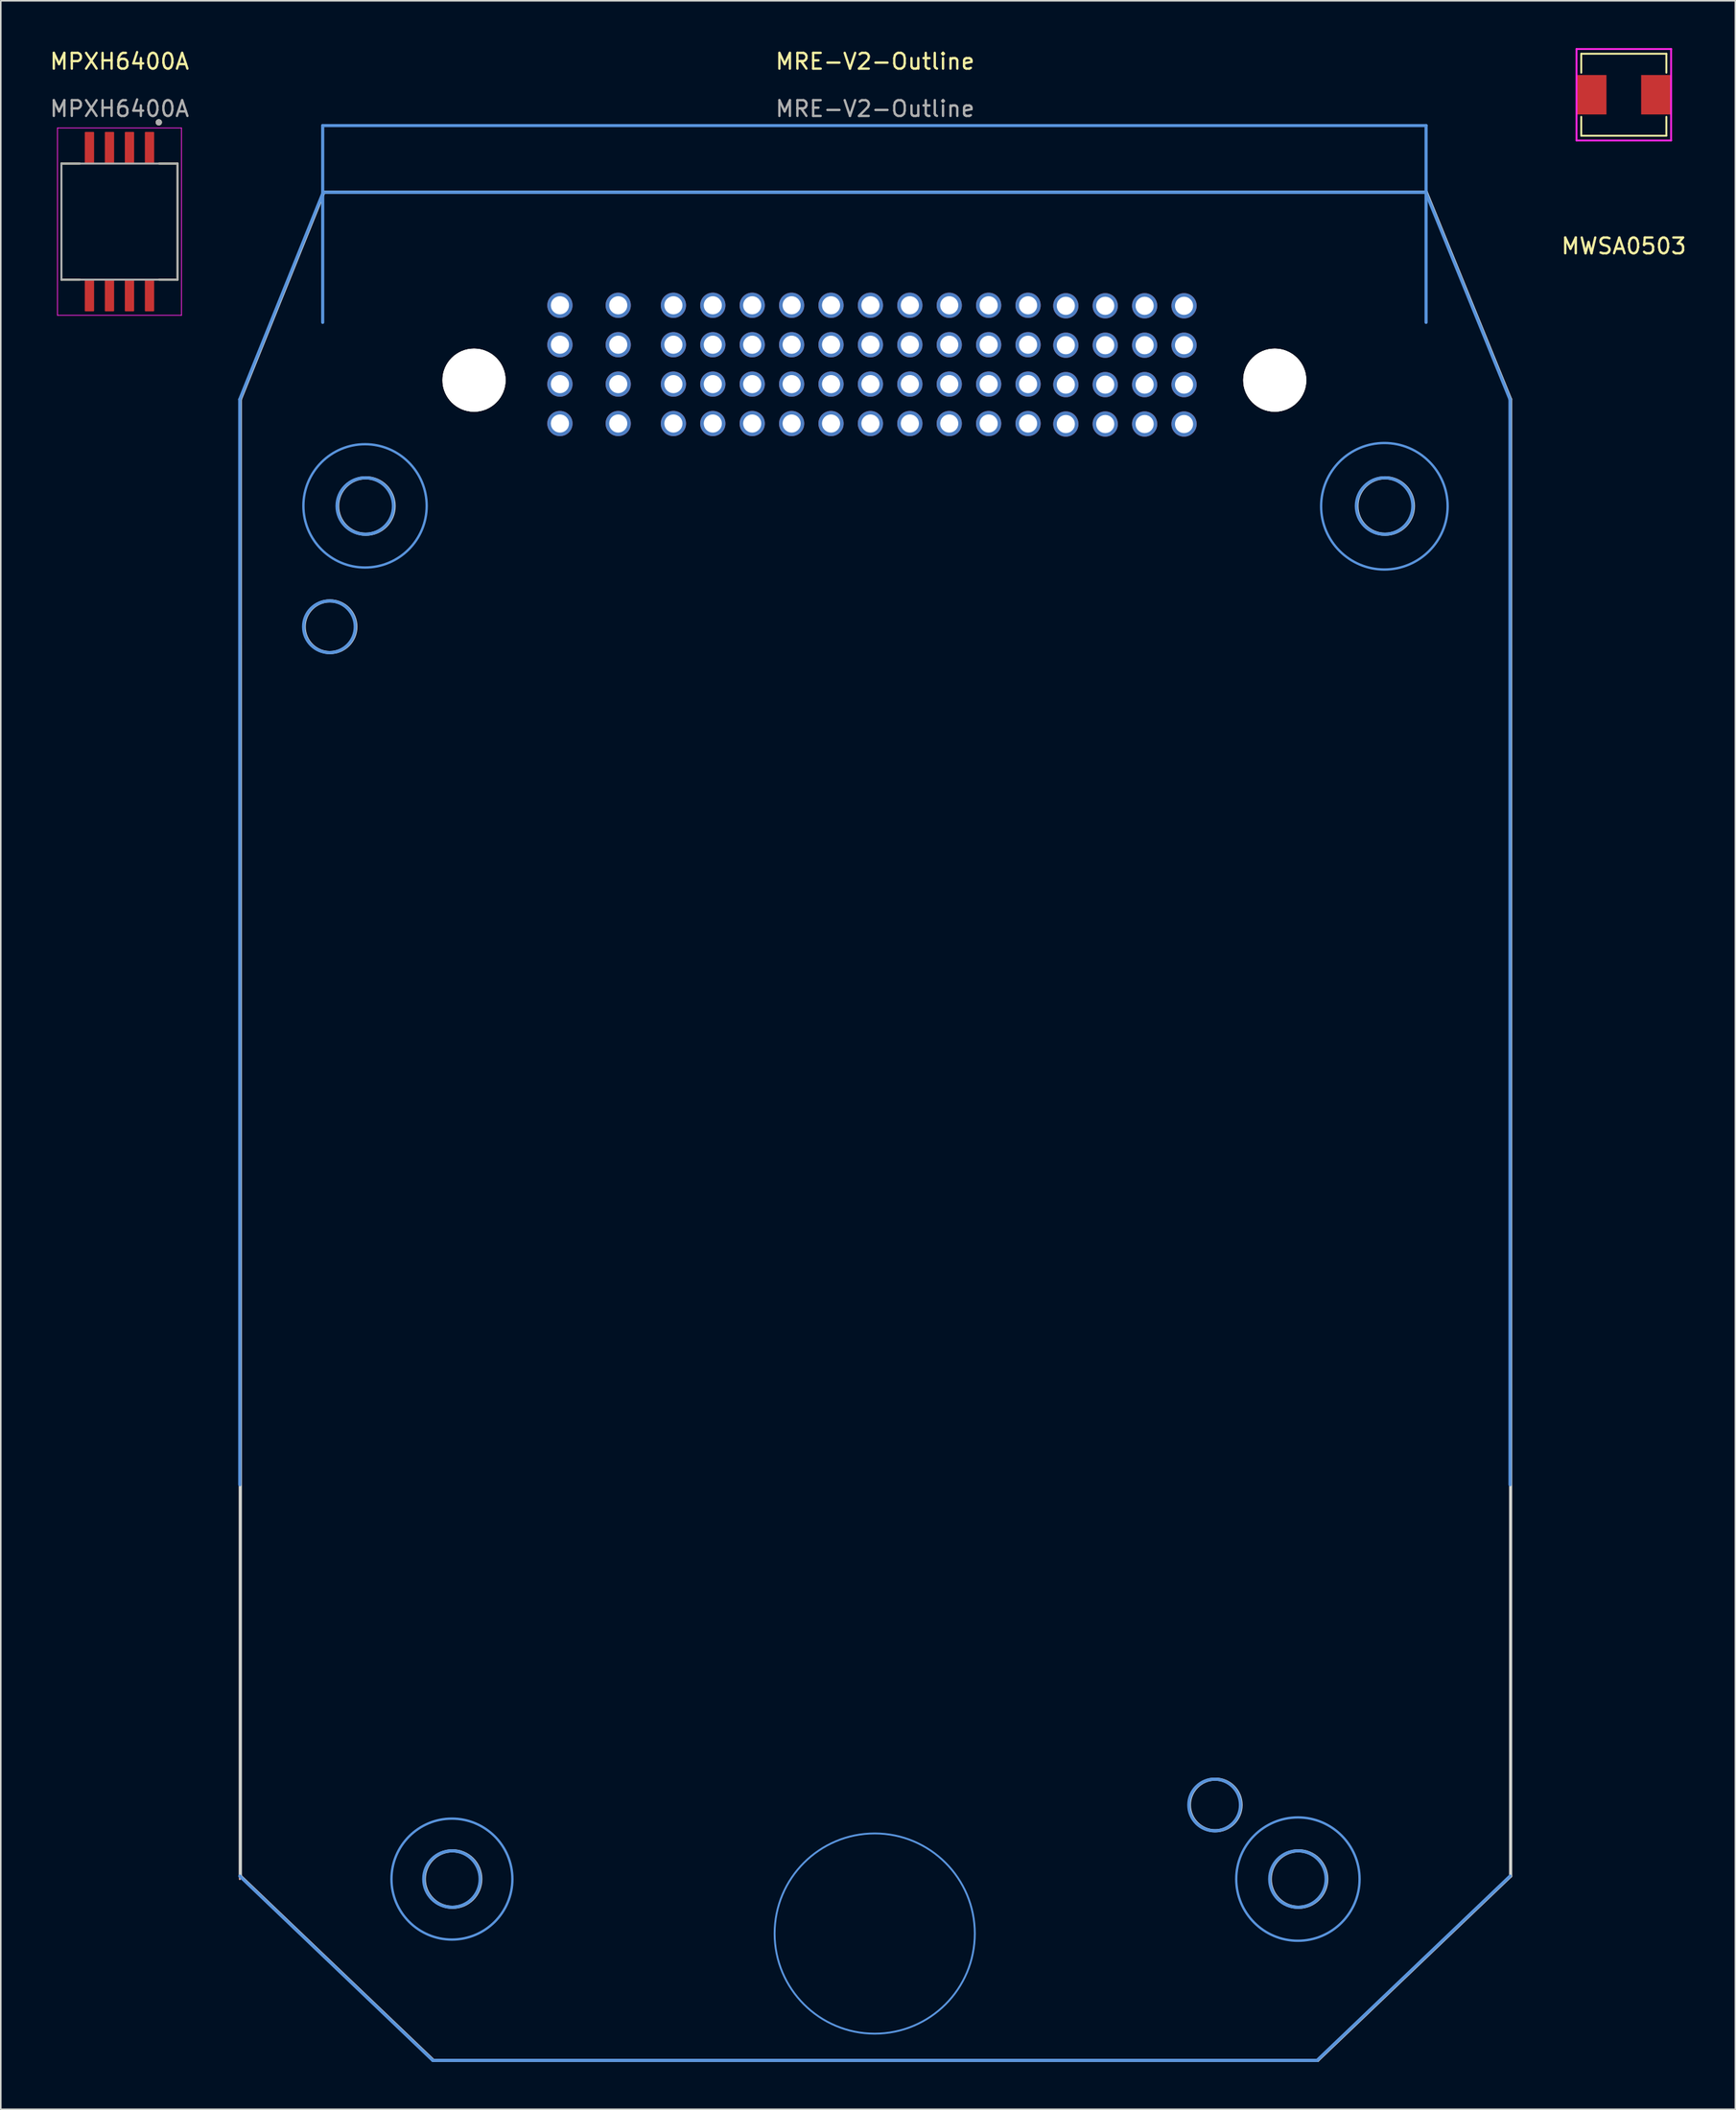
<source format=kicad_pcb>
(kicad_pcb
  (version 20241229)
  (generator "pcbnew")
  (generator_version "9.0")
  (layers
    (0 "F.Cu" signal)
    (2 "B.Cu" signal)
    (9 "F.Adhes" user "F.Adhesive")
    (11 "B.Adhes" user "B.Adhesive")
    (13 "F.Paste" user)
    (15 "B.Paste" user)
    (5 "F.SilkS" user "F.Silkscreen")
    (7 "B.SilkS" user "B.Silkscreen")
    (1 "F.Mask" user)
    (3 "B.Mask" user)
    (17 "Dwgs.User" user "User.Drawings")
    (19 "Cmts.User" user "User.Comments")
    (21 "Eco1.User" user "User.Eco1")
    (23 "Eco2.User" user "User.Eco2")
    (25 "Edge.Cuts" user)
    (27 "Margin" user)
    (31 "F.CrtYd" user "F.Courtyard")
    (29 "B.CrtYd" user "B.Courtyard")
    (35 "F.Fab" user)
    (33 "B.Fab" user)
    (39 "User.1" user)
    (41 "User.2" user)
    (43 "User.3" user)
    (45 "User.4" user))
  (footprint "MRE-V2-Outline"
    (layer "F.Cu")
    (at 52.467 1.348)
    (property "Reference" "MRE-V2-Outline" (at 0 -0.5 0) (unlocked yes) (layer "F.SilkS") (effects (font (size 1 1) (thickness 0.15))))
    (attr smd)
    (fp_line (start -40.3 89.8) (end -40.3 114.8) (stroke (width 0.12) (type solid)) (layer "B.SilkS"))
    (fp_line (start -40.308 20.939) (end -40.306 89.781) (stroke (width 0.2) (type solid)) (layer "Cmts.User"))
    (fp_line (start -40.308 20.939) (end -35.012 7.8) (stroke (width 0.2) (type solid)) (layer "Cmts.User"))
    (fp_line (start -35.045 3.568) (end -35.045 16.051) (stroke (width 0.2) (type solid)) (layer "Cmts.User"))
    (fp_line (start -35.012 7.8) (end 34.934 7.8) (stroke (width 0.2) (type solid)) (layer "Cmts.User"))
    (fp_line (start -28.063 126.3) (end -40.306 114.609) (stroke (width 0.2) (type solid)) (layer "Cmts.User"))
    (fp_line (start -28.063 126.3) (end 28.039 126.3) (stroke (width 0.2) (type solid)) (layer "Cmts.User"))
    (fp_line (start 34.934 7.8) (end 40.28 20.939) (stroke (width 0.2) (type solid)) (layer "Cmts.User"))
    (fp_line (start 34.955 3.568) (end -35.045 3.568) (stroke (width 0.2) (type solid)) (layer "Cmts.User"))
    (fp_line (start 34.955 3.568) (end 34.955 16.051) (stroke (width 0.2) (type solid)) (layer "Cmts.User"))
    (fp_line (start 40.28 20.939) (end 40.282 89.781) (stroke (width 0.2) (type solid)) (layer "Cmts.User"))
    (fp_line (start 40.282 114.609) (end 28.039 126.3) (stroke (width 0.2) (type solid)) (layer "Cmts.User"))
    (fp_circle (center -34.62 35.359) (end -32.981 35.359) (stroke (width 0.2) (type solid)) (fill no) (layer "Cmts.User"))
    (fp_circle (center -32.358 27.691) (end -28.447 27.691) (stroke (width 0.15) (type solid)) (fill no) (layer "Cmts.User"))
    (fp_circle (center -32.346 27.701) (end -30.556 27.701) (stroke (width 0.2) (type solid)) (fill no) (layer "Cmts.User"))
    (fp_circle (center -26.847 114.797) (end -25.057 114.797) (stroke (width 0.2) (type solid)) (fill no) (layer "Cmts.User"))
    (fp_circle (center -26.846 114.799) (end -30.682 114.799) (stroke (width 0.15) (type solid)) (fill no) (layer "Cmts.User"))
    (fp_circle (center -0.024 118.254) (end 6.326 118.254) (stroke (width 0.12) (type solid)) (fill no) (layer "Cmts.User"))
    (fp_circle (center 21.54 110.098) (end 23.178 110.098) (stroke (width 0.2) (type solid)) (fill no) (layer "Cmts.User"))
    (fp_circle (center 26.823 114.797) (end 28.614 114.797) (stroke (width 0.2) (type solid)) (fill no) (layer "Cmts.User"))
    (fp_circle (center 26.824 114.799) (end 22.912 114.799) (stroke (width 0.15) (type solid)) (fill no) (layer "Cmts.User"))
    (fp_circle (center 32.31 27.716) (end 36.323 27.716) (stroke (width 0.15) (type solid)) (fill no) (layer "Cmts.User"))
    (fp_circle (center 32.322 27.701) (end 34.113 27.701) (stroke (width 0.2) (type solid)) (fill no) (layer "Cmts.User"))
    (fp_line (start -40.269 20.939) (end -40.267 114.609) (stroke (width 0.2) (type solid)) (layer "Edge.Cuts"))
    (fp_line (start -40.269 20.939) (end -34.973 7.8) (stroke (width 0.2) (type solid)) (layer "Edge.Cuts"))
    (fp_line (start -34.973 7.8) (end 34.973 7.8) (stroke (width 0.2) (type solid)) (layer "Edge.Cuts"))
    (fp_line (start -28.024 126.3) (end -40.267 114.609) (stroke (width 0.2) (type solid)) (layer "Edge.Cuts"))
    (fp_line (start -28.024 126.3) (end 28.078 126.3) (stroke (width 0.2) (type solid)) (layer "Edge.Cuts"))
    (fp_line (start 34.973 7.8) (end 40.319 20.939) (stroke (width 0.2) (type solid)) (layer "Edge.Cuts"))
    (fp_line (start 40.319 20.939) (end 40.321 114.609) (stroke (width 0.2) (type solid)) (layer "Edge.Cuts"))
    (fp_line (start 40.321 114.609) (end 28.078 126.3) (stroke (width 0.2) (type solid)) (layer "Edge.Cuts"))
    (fp_circle (center -34.581 35.359) (end -32.942 35.359) (stroke (width 0.2) (type solid)) (fill no) (layer "Edge.Cuts"))
    (fp_circle (center -32.307 27.701) (end -30.516 27.701) (stroke (width 0.2) (type solid)) (fill no) (layer "Edge.Cuts"))
    (fp_circle (center -26.808 114.797) (end -25.017 114.797) (stroke (width 0.2) (type solid)) (fill no) (layer "Edge.Cuts"))
    (fp_circle (center 21.579 110.098) (end 23.217 110.098) (stroke (width 0.2) (type solid)) (fill no) (layer "Edge.Cuts"))
    (fp_circle (center 26.862 114.797) (end 28.653 114.797) (stroke (width 0.2) (type solid)) (fill no) (layer "Edge.Cuts"))
    (fp_circle (center 32.361 27.701) (end 34.152 27.701) (stroke (width 0.2) (type solid)) (fill no) (layer "Edge.Cuts"))
    (fp_text user "${REFERENCE}" (at 0 2.5 0) (unlocked yes) (layer "F.Fab") (effects (font (size 1 1) (thickness 0.15))))
    (pad "" thru_hole circle (at -25.445 19.718 270) (size 2.2 2.2) (drill 2.2) (layers "*.Cu" "*.Mask" "F.SilkS"))
    (pad "" thru_hole circle (at -25.445 19.718 270) (size 4 4) (drill 4) (layers "*.Cu" "*.Mask" "F.SilkS"))
    (pad "" thru_hole circle (at 25.355 19.718 270) (size 2.2 2.2) (drill 2.2) (layers "*.Cu" "*.Mask" "F.SilkS"))
    (pad "" thru_hole circle (at 25.355 19.718 270) (size 4 4) (drill 4) (layers "*.Cu" "*.Mask" "F.SilkS"))
    (pad "1" thru_hole circle (at -19.995 14.968 270) (size 1.6 1.6) (drill 1.15) (layers "*.Cu" "*.Mask"))
    (pad "2" thru_hole circle (at -19.995 17.468 270) (size 1.6 1.6) (drill 1.15) (layers "*.Cu" "*.Mask"))
    (pad "3" thru_hole circle (at -19.995 19.968 270) (size 1.6 1.6) (drill 1.15) (layers "*.Cu" "*.Mask"))
    (pad "4" thru_hole circle (at -19.995 22.468 270) (size 1.6 1.6) (drill 1.15) (layers "*.Cu" "*.Mask"))
    (pad "5" thru_hole circle (at -16.295 14.968 270) (size 1.6 1.6) (drill 1.15) (layers "*.Cu" "*.Mask"))
    (pad "6" thru_hole circle (at -16.295 17.468 270) (size 1.6 1.6) (drill 1.15) (layers "*.Cu" "*.Mask"))
    (pad "7" thru_hole circle (at -16.295 19.968 270) (size 1.6 1.6) (drill 1.15) (layers "*.Cu" "*.Mask"))
    (pad "8" thru_hole circle (at -16.295 22.468 270) (size 1.6 1.6) (drill 1.15) (layers "*.Cu" "*.Mask"))
    (pad "9" thru_hole circle (at -12.795 14.968 270) (size 1.6 1.6) (drill 1.15) (layers "*.Cu" "*.Mask"))
    (pad "10" thru_hole circle (at -12.795 17.468 270) (size 1.6 1.6) (drill 1.15) (layers "*.Cu" "*.Mask"))
    (pad "11" thru_hole circle (at -12.795 19.968 270) (size 1.6 1.6) (drill 1.15) (layers "*.Cu" "*.Mask"))
    (pad "12" thru_hole circle (at -12.795 22.468 270) (size 1.6 1.6) (drill 1.15) (layers "*.Cu" "*.Mask"))
    (pad "13" thru_hole circle (at -10.295 14.968 270) (size 1.6 1.6) (drill 1.15) (layers "*.Cu" "*.Mask"))
    (pad "14" thru_hole circle (at -10.295 17.468 270) (size 1.6 1.6) (drill 1.15) (layers "*.Cu" "*.Mask"))
    (pad "15" thru_hole circle (at -10.295 19.968 270) (size 1.6 1.6) (drill 1.15) (layers "*.Cu" "*.Mask"))
    (pad "16" thru_hole circle (at -10.295 22.468 270) (size 1.6 1.6) (drill 1.15) (layers "*.Cu" "*.Mask"))
    (pad "17" thru_hole circle (at -7.795 14.968 270) (size 1.6 1.6) (drill 1.15) (layers "*.Cu" "*.Mask"))
    (pad "18" thru_hole circle (at -7.795 17.468 270) (size 1.6 1.6) (drill 1.15) (layers "*.Cu" "*.Mask"))
    (pad "19" thru_hole circle (at -7.795 19.968 270) (size 1.6 1.6) (drill 1.15) (layers "*.Cu" "*.Mask"))
    (pad "20" thru_hole circle (at -7.795 22.468 270) (size 1.6 1.6) (drill 1.15) (layers "*.Cu" "*.Mask"))
    (pad "21" thru_hole circle (at -5.295 14.968 270) (size 1.6 1.6) (drill 1.15) (layers "*.Cu" "*.Mask"))
    (pad "22" thru_hole circle (at -5.295 17.468 270) (size 1.6 1.6) (drill 1.15) (layers "*.Cu" "*.Mask"))
    (pad "23" thru_hole circle (at -5.295 19.968 270) (size 1.6 1.6) (drill 1.15) (layers "*.Cu" "*.Mask"))
    (pad "24" thru_hole circle (at -5.295 22.468 270) (size 1.6 1.6) (drill 1.15) (layers "*.Cu" "*.Mask"))
    (pad "25" thru_hole circle (at -2.795 14.968 270) (size 1.6 1.6) (drill 1.15) (layers "*.Cu" "*.Mask"))
    (pad "26" thru_hole circle (at -2.795 17.468 270) (size 1.6 1.6) (drill 1.15) (layers "*.Cu" "*.Mask"))
    (pad "27" thru_hole circle (at -2.795 19.968 270) (size 1.6 1.6) (drill 1.15) (layers "*.Cu" "*.Mask"))
    (pad "28" thru_hole circle (at -2.795 22.468 270) (size 1.6 1.6) (drill 1.15) (layers "*.Cu" "*.Mask"))
    (pad "29" thru_hole circle (at -0.295 14.968 270) (size 1.6 1.6) (drill 1.15) (layers "*.Cu" "*.Mask"))
    (pad "30" thru_hole circle (at -0.295 17.468 270) (size 1.6 1.6) (drill 1.15) (layers "*.Cu" "*.Mask"))
    (pad "31" thru_hole circle (at -0.295 19.968 270) (size 1.6 1.6) (drill 1.15) (layers "*.Cu" "*.Mask"))
    (pad "32" thru_hole circle (at -0.295 22.468 270) (size 1.6 1.6) (drill 1.15) (layers "*.Cu" "*.Mask"))
    (pad "33" thru_hole circle (at 2.205 14.968 270) (size 1.6 1.6) (drill 1.15) (layers "*.Cu" "*.Mask"))
    (pad "34" thru_hole circle (at 2.205 17.468 270) (size 1.6 1.6) (drill 1.15) (layers "*.Cu" "*.Mask"))
    (pad "35" thru_hole circle (at 2.205 19.968 270) (size 1.6 1.6) (drill 1.15) (layers "*.Cu" "*.Mask"))
    (pad "36" thru_hole circle (at 2.205 22.468 270) (size 1.6 1.6) (drill 1.15) (layers "*.Cu" "*.Mask"))
    (pad "37" thru_hole circle (at 4.705 14.968 270) (size 1.6 1.6) (drill 1.15) (layers "*.Cu" "*.Mask"))
    (pad "38" thru_hole circle (at 4.705 17.468 270) (size 1.6 1.6) (drill 1.15) (layers "*.Cu" "*.Mask"))
    (pad "39" thru_hole circle (at 4.705 19.968 270) (size 1.6 1.6) (drill 1.15) (layers "*.Cu" "*.Mask"))
    (pad "40" thru_hole circle (at 4.705 22.468 270) (size 1.6 1.6) (drill 1.15) (layers "*.Cu" "*.Mask"))
    (pad "41" thru_hole circle (at 7.205 14.968 270) (size 1.6 1.6) (drill 1.15) (layers "*.Cu" "*.Mask"))
    (pad "42" thru_hole circle (at 7.205 17.468 270) (size 1.6 1.6) (drill 1.15) (layers "*.Cu" "*.Mask"))
    (pad "43" thru_hole circle (at 7.205 19.968 270) (size 1.6 1.6) (drill 1.15) (layers "*.Cu" "*.Mask"))
    (pad "44" thru_hole circle (at 7.205 22.468 270) (size 1.6 1.6) (drill 1.15) (layers "*.Cu" "*.Mask"))
    (pad "45" thru_hole circle (at 9.705 14.968 270) (size 1.6 1.6) (drill 1.15) (layers "*.Cu" "*.Mask"))
    (pad "46" thru_hole circle (at 9.705 17.468 270) (size 1.6 1.6) (drill 1.15) (layers "*.Cu" "*.Mask"))
    (pad "47" thru_hole circle (at 9.705 19.968 270) (size 1.6 1.6) (drill 1.15) (layers "*.Cu" "*.Mask"))
    (pad "48" thru_hole circle (at 9.705 22.468 270) (size 1.6 1.6) (drill 1.15) (layers "*.Cu" "*.Mask"))
    (pad "49" thru_hole circle (at 12.1 15 270) (size 1.6 1.6) (drill 1.15) (layers "*.Cu" "*.Mask"))
    (pad "50" thru_hole circle (at 12.1 17.5 270) (size 1.6 1.6) (drill 1.15) (layers "*.Cu" "*.Mask"))
    (pad "51" thru_hole circle (at 12.1 20 270) (size 1.6 1.6) (drill 1.15) (layers "*.Cu" "*.Mask"))
    (pad "52" thru_hole circle (at 12.1 22.5 270) (size 1.6 1.6) (drill 1.15) (layers "*.Cu" "*.Mask"))
    (pad "53" thru_hole circle (at 14.6 15 270) (size 1.6 1.6) (drill 1.15) (layers "*.Cu" "*.Mask"))
    (pad "54" thru_hole circle (at 14.6 17.5 270) (size 1.6 1.6) (drill 1.15) (layers "*.Cu" "*.Mask"))
    (pad "55" thru_hole circle (at 14.6 20 270) (size 1.6 1.6) (drill 1.15) (layers "*.Cu" "*.Mask"))
    (pad "56" thru_hole circle (at 14.6 22.5 270) (size 1.6 1.6) (drill 1.15) (layers "*.Cu" "*.Mask"))
    (pad "57" thru_hole circle (at 17.1 15 270) (size 1.6 1.6) (drill 1.15) (layers "*.Cu" "*.Mask"))
    (pad "58" thru_hole circle (at 17.1 17.5 270) (size 1.6 1.6) (drill 1.15) (layers "*.Cu" "*.Mask"))
    (pad "59" thru_hole circle (at 17.1 20 270) (size 1.6 1.6) (drill 1.15) (layers "*.Cu" "*.Mask"))
    (pad "60" thru_hole circle (at 17.1 22.5 270) (size 1.6 1.6) (drill 1.15) (layers "*.Cu" "*.Mask"))
    (pad "61" thru_hole circle (at 19.6 15 270) (size 1.6 1.6) (drill 1.15) (layers "*.Cu" "*.Mask"))
    (pad "62" thru_hole circle (at 19.6 17.5 270) (size 1.6 1.6) (drill 1.15) (layers "*.Cu" "*.Mask"))
    (pad "63" thru_hole circle (at 19.6 20 270) (size 1.6 1.6) (drill 1.15) (layers "*.Cu" "*.Mask"))
    (pad "64" thru_hole circle (at 19.6 22.5 270) (size 1.6 1.6) (drill 1.15) (layers "*.Cu" "*.Mask")))
  (footprint "MWSA0503"
    (layer "F.Cu")
    (at 99.966 2.96)
    (property "Reference" "MWSA0503" (at 0 9.6 0) (layer "F.SilkS") (effects (font (size 1 1) (thickness 0.15))))
    (attr smd)
    (fp_line (start -2.7 -2.6) (end -2.7 -1.4) (stroke (width 0.12) (type solid)) (layer "F.SilkS"))
    (fp_line (start -2.7 -2.6) (end 2.7 -2.6) (stroke (width 0.12) (type solid)) (layer "F.SilkS"))
    (fp_line (start -2.7 2.6) (end -2.7 1.4) (stroke (width 0.12) (type solid)) (layer "F.SilkS"))
    (fp_line (start 2.7 -2.6) (end 2.7 -1.4) (stroke (width 0.12) (type solid)) (layer "F.SilkS"))
    (fp_line (start 2.7 2.6) (end -2.7 2.6) (stroke (width 0.12) (type solid)) (layer "F.SilkS"))
    (fp_line (start 2.7 2.6) (end 2.7 1.4) (stroke (width 0.12) (type solid)) (layer "F.SilkS"))
    (fp_line (start -3 -2.9) (end -3 2.9) (stroke (width 0.12) (type solid)) (layer "F.CrtYd"))
    (fp_line (start -3 2.9) (end 3 2.9) (stroke (width 0.12) (type solid)) (layer "F.CrtYd"))
    (fp_line (start 3 -2.9) (end -3 -2.9) (stroke (width 0.12) (type solid)) (layer "F.CrtYd"))
    (fp_line (start 3 -2.9) (end 3 -2.9) (stroke (width 0.12) (type solid)) (layer "F.CrtYd"))
    (fp_line (start 3 2.9) (end 3 -2.9) (stroke (width 0.12) (type solid)) (layer "F.CrtYd"))
    (pad "1" smd rect (at 2.05 0) (size 1.9 2.5) (layers "F.Cu" "F.Mask" "F.Paste"))
    (pad "2" smd rect (at -2.05 0) (size 1.9 2.5) (layers "F.Cu" "F.Mask" "F.Paste")))
  (footprint "MPXH6400A"
    (layer "F.Cu")
    (at 4.53 11.008)
    (property "Reference" "MPXH6400A" (at 0 -10.16 0) (unlocked yes) (layer "F.SilkS") (effects (font (size 1 1) (thickness 0.15))))
    (attr smd)
    (fp_line (start -3.683 -3.683) (end -3.683 3.683) (stroke (width 0.127) (type solid)) (layer "F.SilkS"))
    (fp_line (start -3.683 -3.683) (end -2.52 -3.683) (stroke (width 0.127) (type solid)) (layer "F.SilkS"))
    (fp_line (start -3.683 3.683) (end -2.52 3.683) (stroke (width 0.127) (type solid)) (layer "F.SilkS"))
    (fp_line (start 3.683 -3.683) (end 2.52 -3.683) (stroke (width 0.127) (type solid)) (layer "F.SilkS"))
    (fp_line (start 3.683 -3.683) (end 3.683 3.683) (stroke (width 0.127) (type solid)) (layer "F.SilkS"))
    (fp_line (start 3.683 3.683) (end 2.52 3.683) (stroke (width 0.127) (type solid)) (layer "F.SilkS"))
    (fp_circle (center 2.495 -6.3) (end 2.495 -6.2) (stroke (width 0.2) (type solid)) (fill no) (layer "F.SilkS"))
    (fp_line (start -3.933 -5.94) (end -3.933 5.94) (stroke (width 0.05) (type solid)) (layer "F.CrtYd"))
    (fp_line (start 3.933 -5.94) (end -3.933 -5.94) (stroke (width 0.05) (type solid)) (layer "F.CrtYd"))
    (fp_line (start 3.933 -5.94) (end 3.933 5.94) (stroke (width 0.05) (type solid)) (layer "F.CrtYd"))
    (fp_line (start 3.933 5.94) (end -3.933 5.94) (stroke (width 0.05) (type solid)) (layer "F.CrtYd"))
    (fp_line (start -3.683 -3.683) (end -3.683 3.683) (stroke (width 0.127) (type solid)) (layer "F.Fab"))
    (fp_line (start 3.683 -3.683) (end -3.683 -3.683) (stroke (width 0.127) (type solid)) (layer "F.Fab"))
    (fp_line (start 3.683 -3.683) (end 3.683 3.683) (stroke (width 0.127) (type solid)) (layer "F.Fab"))
    (fp_line (start 3.683 3.683) (end -3.683 3.683) (stroke (width 0.127) (type solid)) (layer "F.Fab"))
    (fp_circle (center 2.495 -6.3) (end 2.495 -6.2) (stroke (width 0.2) (type solid)) (fill no) (layer "F.Fab"))
    (fp_text user "${REFERENCE}" (at 0 -7.16 0) (unlocked yes) (layer "F.Fab") (effects (font (size 1 1) (thickness 0.15))))
    (pad "1" smd roundrect (at 1.905 -4.68 270) (size 2.02 0.59) (layers "F.Cu" "F.Mask" "F.Paste") (roundrect_rratio 0.07))
    (pad "2" smd roundrect (at 0.635 -4.68 270) (size 2.02 0.59) (layers "F.Cu" "F.Mask" "F.Paste") (roundrect_rratio 0.07))
    (pad "3" smd roundrect (at -0.635 -4.68 270) (size 2.02 0.59) (layers "F.Cu" "F.Mask" "F.Paste") (roundrect_rratio 0.07))
    (pad "4" smd roundrect (at -1.905 -4.68 270) (size 2.02 0.59) (layers "F.Cu" "F.Mask" "F.Paste") (roundrect_rratio 0.07))
    (pad "5" smd roundrect (at -1.905 4.68 270) (size 2.02 0.59) (layers "F.Cu" "F.Mask" "F.Paste") (roundrect_rratio 0.07))
    (pad "6" smd roundrect (at -0.635 4.68 270) (size 2.02 0.59) (layers "F.Cu" "F.Mask" "F.Paste") (roundrect_rratio 0.07))
    (pad "7" smd roundrect (at 0.635 4.68 270) (size 2.02 0.59) (layers "F.Cu" "F.Mask" "F.Paste") (roundrect_rratio 0.07))
    (pad "8" smd roundrect (at 1.905 4.68 270) (size 2.02 0.59) (layers "F.Cu" "F.Mask" "F.Paste") (roundrect_rratio 0.07)))
  (gr_rect
    (start -3 -3)
    (end 107.043 130.748)
    (stroke (width 0.1) (type default))
    (fill no)
    (layer "Edge.Cuts")))
</source>
